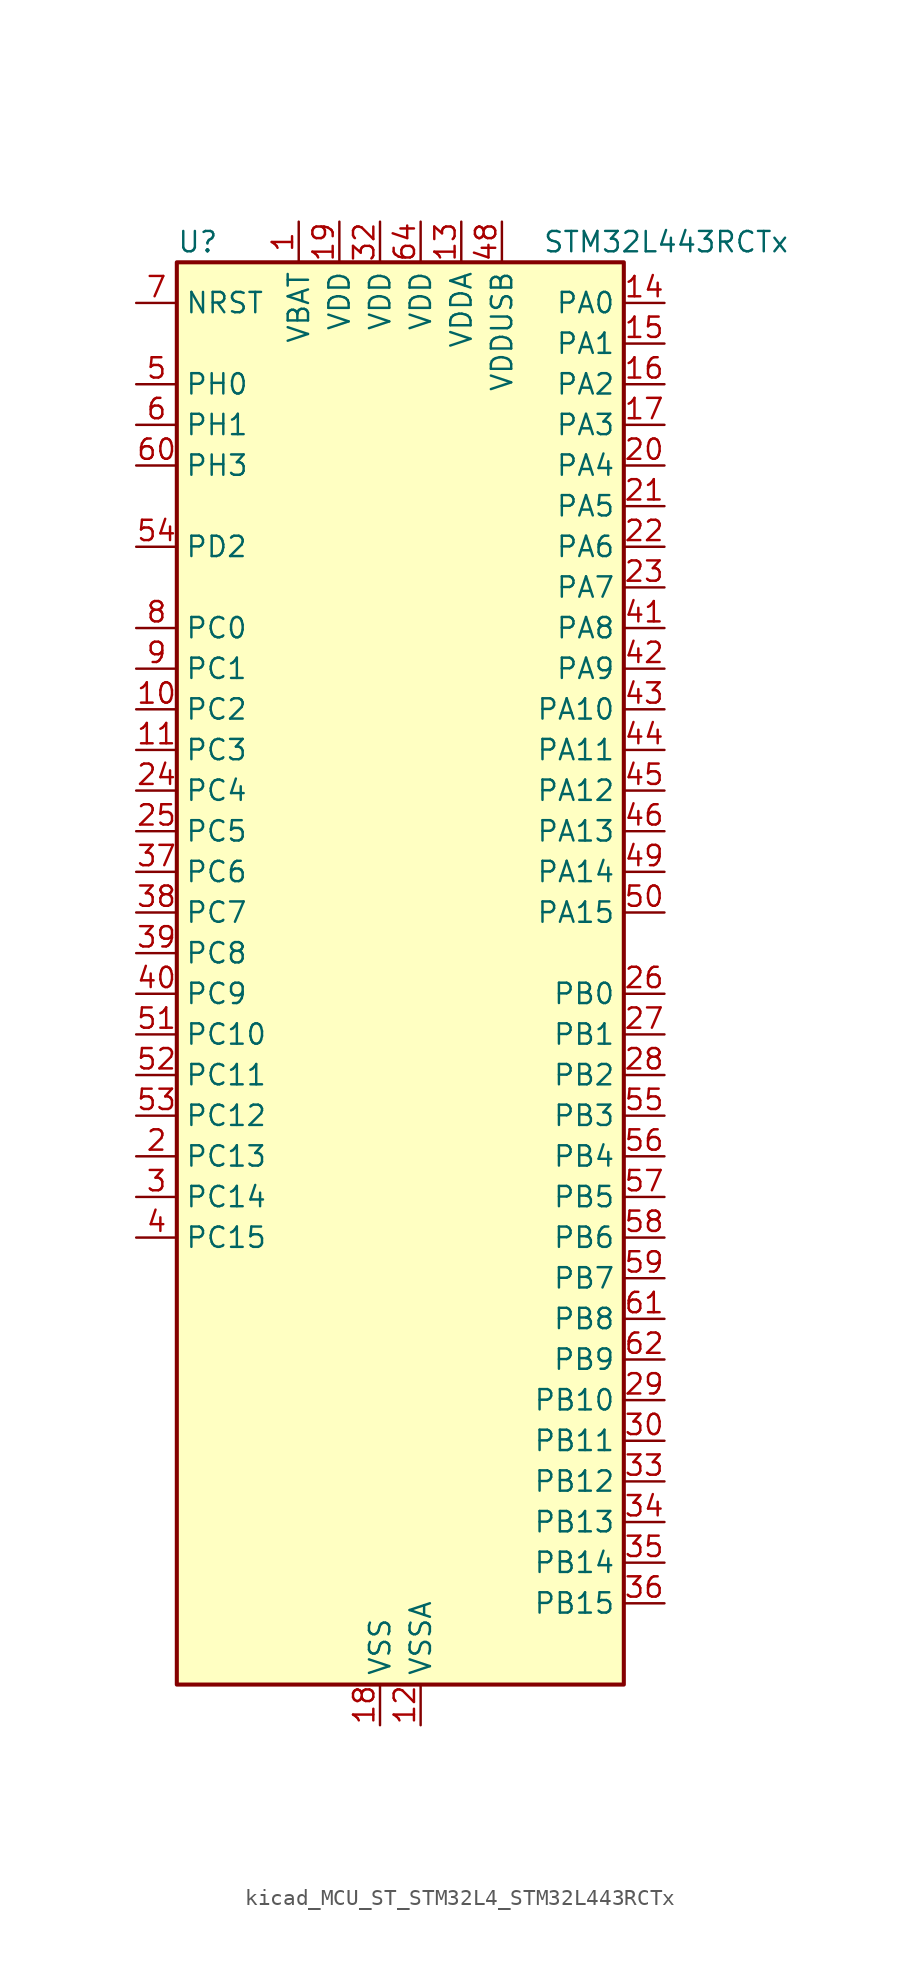
<source format=kicad_sym>
(kicad_symbol_lib
  (version 20220914)
  (generator kicad_symbol_editor)
  (symbol "kicad_MCU_ST_STM32L4_STM32L443RCTx"
    (property "Reference" "U"
      (at -12.7 46.99 0)
      (effects (font (size 1.27 1.27)) (justify left)))
    (property "Value" "STM32L443RCTx"
      (at 10.16 46.99 0)
      (effects (font (size 1.27 1.27)) (justify left)))
    (property "ki_locked" ""
      (at 0 0 0)
      (effects (font (size 1.27 1.27))))
    (symbol "kicad_MCU_ST_STM32L4_STM32L443RCTx_0_1"
      (rectangle (start -12.7 -43.18) (end 15.24 45.72) (stroke (width 0.254) (type default)) (fill (type background))))
    (symbol "kicad_MCU_ST_STM32L4_STM32L443RCTx_1_1"
      (pin power_in line (at -5.08 48.26 270) (length 2.54) (name "VBAT" (effects (font (size 1.27 1.27)))) (number "1" (effects (font (size 1.27 1.27)))))
      (pin bidirectional line (at -15.24 17.78 0) (length 2.54) (name "PC2" (effects (font (size 1.27 1.27)))) (number "10" (effects (font (size 1.27 1.27)))) (alternate "ADC1_IN3" bidirectional line) (alternate "LCD_SEG20" bidirectional line) (alternate "LPTIM1_IN2" bidirectional line) (alternate "SPI2_MISO" bidirectional line))
      (pin bidirectional line (at -15.24 15.24 0) (length 2.54) (name "PC3" (effects (font (size 1.27 1.27)))) (number "11" (effects (font (size 1.27 1.27)))) (alternate "ADC1_IN4" bidirectional line) (alternate "LCD_VLCD" bidirectional line) (alternate "LPTIM1_ETR" bidirectional line) (alternate "LPTIM2_ETR" bidirectional line) (alternate "SAI1_SD_A" bidirectional line) (alternate "SPI2_MOSI" bidirectional line))
      (pin power_in line (at 2.54 -45.72 90) (length 2.54) (name "VSSA" (effects (font (size 1.27 1.27)))) (number "12" (effects (font (size 1.27 1.27)))))
      (pin power_in line (at 5.08 48.26 270) (length 2.54) (name "VDDA" (effects (font (size 1.27 1.27)))) (number "13" (effects (font (size 1.27 1.27)))))
      (pin bidirectional line (at 17.78 43.18 180) (length 2.54) (name "PA0" (effects (font (size 1.27 1.27)))) (number "14" (effects (font (size 1.27 1.27)))) (alternate "ADC1_IN5" bidirectional line) (alternate "COMP1_INM" bidirectional line) (alternate "COMP1_OUT" bidirectional line) (alternate "OPAMP1_VINP" bidirectional line) (alternate "RTC_TAMP2" bidirectional line) (alternate "SAI1_EXTCLK" bidirectional line) (alternate "SYS_WKUP1" bidirectional line) (alternate "TIM2_CH1" bidirectional line) (alternate "TIM2_ETR" bidirectional line) (alternate "USART2_CTS" bidirectional line))
      (pin bidirectional line (at 17.78 40.64 180) (length 2.54) (name "PA1" (effects (font (size 1.27 1.27)))) (number "15" (effects (font (size 1.27 1.27)))) (alternate "ADC1_IN6" bidirectional line) (alternate "COMP1_INP" bidirectional line) (alternate "I2C1_SMBA" bidirectional line) (alternate "LCD_SEG0" bidirectional line) (alternate "OPAMP1_VINM" bidirectional line) (alternate "SPI1_SCK" bidirectional line) (alternate "TIM15_CH1N" bidirectional line) (alternate "TIM2_CH2" bidirectional line) (alternate "USART2_DE" bidirectional line) (alternate "USART2_RTS" bidirectional line))
      (pin bidirectional line (at 17.78 38.1 180) (length 2.54) (name "PA2" (effects (font (size 1.27 1.27)))) (number "16" (effects (font (size 1.27 1.27)))) (alternate "ADC1_IN7" bidirectional line) (alternate "COMP2_INM" bidirectional line) (alternate "COMP2_OUT" bidirectional line) (alternate "LCD_SEG1" bidirectional line) (alternate "LPUART1_TX" bidirectional line) (alternate "QUADSPI_BK1_NCS" bidirectional line) (alternate "RCC_LSCO" bidirectional line) (alternate "SYS_WKUP4" bidirectional line) (alternate "TIM15_CH1" bidirectional line) (alternate "TIM2_CH3" bidirectional line) (alternate "USART2_TX" bidirectional line))
      (pin bidirectional line (at 17.78 35.56 180) (length 2.54) (name "PA3" (effects (font (size 1.27 1.27)))) (number "17" (effects (font (size 1.27 1.27)))) (alternate "ADC1_IN8" bidirectional line) (alternate "COMP2_INP" bidirectional line) (alternate "LCD_SEG2" bidirectional line) (alternate "LPUART1_RX" bidirectional line) (alternate "OPAMP1_VOUT" bidirectional line) (alternate "QUADSPI_CLK" bidirectional line) (alternate "SAI1_MCLK_A" bidirectional line) (alternate "TIM15_CH2" bidirectional line) (alternate "TIM2_CH4" bidirectional line) (alternate "USART2_RX" bidirectional line))
      (pin power_in line (at 0 -45.72 90) (length 2.54) (name "VSS" (effects (font (size 1.27 1.27)))) (number "18" (effects (font (size 1.27 1.27)))))
      (pin power_in line (at -2.54 48.26 270) (length 2.54) (name "VDD" (effects (font (size 1.27 1.27)))) (number "19" (effects (font (size 1.27 1.27)))))
      (pin bidirectional line (at -15.24 -10.16 0) (length 2.54) (name "PC13" (effects (font (size 1.27 1.27)))) (number "2" (effects (font (size 1.27 1.27)))) (alternate "RTC_OUT_ALARM" bidirectional line) (alternate "RTC_OUT_CALIB" bidirectional line) (alternate "RTC_TAMP1" bidirectional line) (alternate "RTC_TS" bidirectional line) (alternate "SYS_WKUP2" bidirectional line))
      (pin bidirectional line (at 17.78 33.02 180) (length 2.54) (name "PA4" (effects (font (size 1.27 1.27)))) (number "20" (effects (font (size 1.27 1.27)))) (alternate "ADC1_IN9" bidirectional line) (alternate "COMP1_INM" bidirectional line) (alternate "COMP2_INM" bidirectional line) (alternate "DAC1_OUT1" bidirectional line) (alternate "LPTIM2_OUT" bidirectional line) (alternate "SAI1_FS_B" bidirectional line) (alternate "SPI1_NSS" bidirectional line) (alternate "SPI3_NSS" bidirectional line) (alternate "USART2_CK" bidirectional line))
      (pin bidirectional line (at 17.78 30.48 180) (length 2.54) (name "PA5" (effects (font (size 1.27 1.27)))) (number "21" (effects (font (size 1.27 1.27)))) (alternate "ADC1_IN10" bidirectional line) (alternate "COMP1_INM" bidirectional line) (alternate "COMP2_INM" bidirectional line) (alternate "DAC1_OUT2" bidirectional line) (alternate "LPTIM2_ETR" bidirectional line) (alternate "SPI1_SCK" bidirectional line) (alternate "TIM2_CH1" bidirectional line) (alternate "TIM2_ETR" bidirectional line))
      (pin bidirectional line (at 17.78 27.94 180) (length 2.54) (name "PA6" (effects (font (size 1.27 1.27)))) (number "22" (effects (font (size 1.27 1.27)))) (alternate "ADC1_IN11" bidirectional line) (alternate "COMP1_OUT" bidirectional line) (alternate "LCD_SEG3" bidirectional line) (alternate "LPUART1_CTS" bidirectional line) (alternate "QUADSPI_BK1_IO3" bidirectional line) (alternate "SPI1_MISO" bidirectional line) (alternate "TIM16_CH1" bidirectional line) (alternate "TIM1_BKIN" bidirectional line) (alternate "TIM1_BKIN_COMP2" bidirectional line) (alternate "USART3_CTS" bidirectional line))
      (pin bidirectional line (at 17.78 25.4 180) (length 2.54) (name "PA7" (effects (font (size 1.27 1.27)))) (number "23" (effects (font (size 1.27 1.27)))) (alternate "ADC1_IN12" bidirectional line) (alternate "COMP2_OUT" bidirectional line) (alternate "I2C3_SCL" bidirectional line) (alternate "LCD_SEG4" bidirectional line) (alternate "QUADSPI_BK1_IO2" bidirectional line) (alternate "SPI1_MOSI" bidirectional line) (alternate "TIM1_CH1N" bidirectional line))
      (pin bidirectional line (at -15.24 12.7 0) (length 2.54) (name "PC4" (effects (font (size 1.27 1.27)))) (number "24" (effects (font (size 1.27 1.27)))) (alternate "ADC1_IN13" bidirectional line) (alternate "COMP1_INM" bidirectional line) (alternate "LCD_SEG22" bidirectional line) (alternate "USART3_TX" bidirectional line))
      (pin bidirectional line (at -15.24 10.16 0) (length 2.54) (name "PC5" (effects (font (size 1.27 1.27)))) (number "25" (effects (font (size 1.27 1.27)))) (alternate "ADC1_IN14" bidirectional line) (alternate "COMP1_INP" bidirectional line) (alternate "LCD_SEG23" bidirectional line) (alternate "SYS_WKUP5" bidirectional line) (alternate "USART3_RX" bidirectional line))
      (pin bidirectional line (at 17.78 0 180) (length 2.54) (name "PB0" (effects (font (size 1.27 1.27)))) (number "26" (effects (font (size 1.27 1.27)))) (alternate "ADC1_IN15" bidirectional line) (alternate "COMP1_OUT" bidirectional line) (alternate "LCD_SEG5" bidirectional line) (alternate "QUADSPI_BK1_IO1" bidirectional line) (alternate "SAI1_EXTCLK" bidirectional line) (alternate "SPI1_NSS" bidirectional line) (alternate "TIM1_CH2N" bidirectional line) (alternate "USART3_CK" bidirectional line))
      (pin bidirectional line (at 17.78 -2.54 180) (length 2.54) (name "PB1" (effects (font (size 1.27 1.27)))) (number "27" (effects (font (size 1.27 1.27)))) (alternate "ADC1_IN16" bidirectional line) (alternate "COMP1_INM" bidirectional line) (alternate "LCD_SEG6" bidirectional line) (alternate "LPTIM2_IN1" bidirectional line) (alternate "LPUART1_DE" bidirectional line) (alternate "LPUART1_RTS" bidirectional line) (alternate "QUADSPI_BK1_IO0" bidirectional line) (alternate "TIM1_CH3N" bidirectional line) (alternate "USART3_DE" bidirectional line) (alternate "USART3_RTS" bidirectional line))
      (pin bidirectional line (at 17.78 -5.08 180) (length 2.54) (name "PB2" (effects (font (size 1.27 1.27)))) (number "28" (effects (font (size 1.27 1.27)))) (alternate "COMP1_INP" bidirectional line) (alternate "I2C3_SMBA" bidirectional line) (alternate "LCD_VLCD" bidirectional line) (alternate "LPTIM1_OUT" bidirectional line) (alternate "RTC_OUT_ALARM" bidirectional line) (alternate "RTC_OUT_CALIB" bidirectional line))
      (pin bidirectional line (at 17.78 -25.4 180) (length 2.54) (name "PB10" (effects (font (size 1.27 1.27)))) (number "29" (effects (font (size 1.27 1.27)))) (alternate "COMP1_OUT" bidirectional line) (alternate "I2C2_SCL" bidirectional line) (alternate "LCD_SEG10" bidirectional line) (alternate "LPUART1_RX" bidirectional line) (alternate "QUADSPI_CLK" bidirectional line) (alternate "SAI1_SCK_A" bidirectional line) (alternate "SPI2_SCK" bidirectional line) (alternate "TIM2_CH3" bidirectional line) (alternate "TSC_SYNC" bidirectional line) (alternate "USART3_TX" bidirectional line))
      (pin bidirectional line (at -15.24 -12.7 0) (length 2.54) (name "PC14" (effects (font (size 1.27 1.27)))) (number "3" (effects (font (size 1.27 1.27)))) (alternate "RCC_OSC32_IN" bidirectional line))
      (pin bidirectional line (at 17.78 -27.94 180) (length 2.54) (name "PB11" (effects (font (size 1.27 1.27)))) (number "30" (effects (font (size 1.27 1.27)))) (alternate "ADC1_EXTI11" bidirectional line) (alternate "COMP2_OUT" bidirectional line) (alternate "I2C2_SDA" bidirectional line) (alternate "LCD_SEG11" bidirectional line) (alternate "LPUART1_TX" bidirectional line) (alternate "QUADSPI_BK1_NCS" bidirectional line) (alternate "TIM2_CH4" bidirectional line) (alternate "USART3_RX" bidirectional line))
      (pin passive line (at 0 -45.72 90) (length 2.54) hide (name "VSS" (effects (font (size 1.27 1.27)))) (number "31" (effects (font (size 1.27 1.27)))))
      (pin power_in line (at 0 48.26 270) (length 2.54) (name "VDD" (effects (font (size 1.27 1.27)))) (number "32" (effects (font (size 1.27 1.27)))))
      (pin bidirectional line (at 17.78 -30.48 180) (length 2.54) (name "PB12" (effects (font (size 1.27 1.27)))) (number "33" (effects (font (size 1.27 1.27)))) (alternate "I2C2_SMBA" bidirectional line) (alternate "LCD_SEG12" bidirectional line) (alternate "LPUART1_DE" bidirectional line) (alternate "LPUART1_RTS" bidirectional line) (alternate "SAI1_FS_A" bidirectional line) (alternate "SPI2_NSS" bidirectional line) (alternate "SWPMI1_IO" bidirectional line) (alternate "TIM15_BKIN" bidirectional line) (alternate "TIM1_BKIN" bidirectional line) (alternate "TIM1_BKIN_COMP2" bidirectional line) (alternate "TSC_G1_IO1" bidirectional line) (alternate "USART3_CK" bidirectional line))
      (pin bidirectional line (at 17.78 -33.02 180) (length 2.54) (name "PB13" (effects (font (size 1.27 1.27)))) (number "34" (effects (font (size 1.27 1.27)))) (alternate "I2C2_SCL" bidirectional line) (alternate "LCD_SEG13" bidirectional line) (alternate "LPUART1_CTS" bidirectional line) (alternate "SAI1_SCK_A" bidirectional line) (alternate "SPI2_SCK" bidirectional line) (alternate "SWPMI1_TX" bidirectional line) (alternate "TIM15_CH1N" bidirectional line) (alternate "TIM1_CH1N" bidirectional line) (alternate "TSC_G1_IO2" bidirectional line) (alternate "USART3_CTS" bidirectional line))
      (pin bidirectional line (at 17.78 -35.56 180) (length 2.54) (name "PB14" (effects (font (size 1.27 1.27)))) (number "35" (effects (font (size 1.27 1.27)))) (alternate "I2C2_SDA" bidirectional line) (alternate "LCD_SEG14" bidirectional line) (alternate "SAI1_MCLK_A" bidirectional line) (alternate "SPI2_MISO" bidirectional line) (alternate "SWPMI1_RX" bidirectional line) (alternate "TIM15_CH1" bidirectional line) (alternate "TIM1_CH2N" bidirectional line) (alternate "TSC_G1_IO3" bidirectional line) (alternate "USART3_DE" bidirectional line) (alternate "USART3_RTS" bidirectional line))
      (pin bidirectional line (at 17.78 -38.1 180) (length 2.54) (name "PB15" (effects (font (size 1.27 1.27)))) (number "36" (effects (font (size 1.27 1.27)))) (alternate "ADC1_EXTI15" bidirectional line) (alternate "LCD_SEG15" bidirectional line) (alternate "RTC_REFIN" bidirectional line) (alternate "SAI1_SD_A" bidirectional line) (alternate "SPI2_MOSI" bidirectional line) (alternate "SWPMI1_SUSPEND" bidirectional line) (alternate "TIM15_CH2" bidirectional line) (alternate "TIM1_CH3N" bidirectional line) (alternate "TSC_G1_IO4" bidirectional line))
      (pin bidirectional line (at -15.24 7.62 0) (length 2.54) (name "PC6" (effects (font (size 1.27 1.27)))) (number "37" (effects (font (size 1.27 1.27)))) (alternate "LCD_SEG24" bidirectional line) (alternate "SDMMC1_D6" bidirectional line) (alternate "TSC_G4_IO1" bidirectional line))
      (pin bidirectional line (at -15.24 5.08 0) (length 2.54) (name "PC7" (effects (font (size 1.27 1.27)))) (number "38" (effects (font (size 1.27 1.27)))) (alternate "LCD_SEG25" bidirectional line) (alternate "SDMMC1_D7" bidirectional line) (alternate "TSC_G4_IO2" bidirectional line))
      (pin bidirectional line (at -15.24 2.54 0) (length 2.54) (name "PC8" (effects (font (size 1.27 1.27)))) (number "39" (effects (font (size 1.27 1.27)))) (alternate "LCD_SEG26" bidirectional line) (alternate "SDMMC1_D0" bidirectional line) (alternate "TSC_G4_IO3" bidirectional line))
      (pin bidirectional line (at -15.24 -15.24 0) (length 2.54) (name "PC15" (effects (font (size 1.27 1.27)))) (number "4" (effects (font (size 1.27 1.27)))) (alternate "ADC1_EXTI15" bidirectional line) (alternate "RCC_OSC32_OUT" bidirectional line))
      (pin bidirectional line (at -15.24 0 0) (length 2.54) (name "PC9" (effects (font (size 1.27 1.27)))) (number "40" (effects (font (size 1.27 1.27)))) (alternate "DAC1_EXTI9" bidirectional line) (alternate "LCD_SEG27" bidirectional line) (alternate "SDMMC1_D1" bidirectional line) (alternate "TSC_G4_IO4" bidirectional line) (alternate "USB_NOE" bidirectional line))
      (pin bidirectional line (at 17.78 22.86 180) (length 2.54) (name "PA8" (effects (font (size 1.27 1.27)))) (number "41" (effects (font (size 1.27 1.27)))) (alternate "LCD_COM0" bidirectional line) (alternate "LPTIM2_OUT" bidirectional line) (alternate "RCC_MCO" bidirectional line) (alternate "SAI1_SCK_A" bidirectional line) (alternate "SWPMI1_IO" bidirectional line) (alternate "TIM1_CH1" bidirectional line) (alternate "USART1_CK" bidirectional line))
      (pin bidirectional line (at 17.78 20.32 180) (length 2.54) (name "PA9" (effects (font (size 1.27 1.27)))) (number "42" (effects (font (size 1.27 1.27)))) (alternate "DAC1_EXTI9" bidirectional line) (alternate "I2C1_SCL" bidirectional line) (alternate "LCD_COM1" bidirectional line) (alternate "SAI1_FS_A" bidirectional line) (alternate "TIM15_BKIN" bidirectional line) (alternate "TIM1_CH2" bidirectional line) (alternate "USART1_TX" bidirectional line))
      (pin bidirectional line (at 17.78 17.78 180) (length 2.54) (name "PA10" (effects (font (size 1.27 1.27)))) (number "43" (effects (font (size 1.27 1.27)))) (alternate "CRS_SYNC" bidirectional line) (alternate "I2C1_SDA" bidirectional line) (alternate "LCD_COM2" bidirectional line) (alternate "SAI1_SD_A" bidirectional line) (alternate "TIM1_CH3" bidirectional line) (alternate "USART1_RX" bidirectional line))
      (pin bidirectional line (at 17.78 15.24 180) (length 2.54) (name "PA11" (effects (font (size 1.27 1.27)))) (number "44" (effects (font (size 1.27 1.27)))) (alternate "ADC1_EXTI11" bidirectional line) (alternate "CAN1_RX" bidirectional line) (alternate "COMP1_OUT" bidirectional line) (alternate "SPI1_MISO" bidirectional line) (alternate "TIM1_BKIN2" bidirectional line) (alternate "TIM1_BKIN2_COMP1" bidirectional line) (alternate "TIM1_CH4" bidirectional line) (alternate "USART1_CTS" bidirectional line) (alternate "USB_DM" bidirectional line))
      (pin bidirectional line (at 17.78 12.7 180) (length 2.54) (name "PA12" (effects (font (size 1.27 1.27)))) (number "45" (effects (font (size 1.27 1.27)))) (alternate "CAN1_TX" bidirectional line) (alternate "SPI1_MOSI" bidirectional line) (alternate "TIM1_ETR" bidirectional line) (alternate "USART1_DE" bidirectional line) (alternate "USART1_RTS" bidirectional line) (alternate "USB_DP" bidirectional line))
      (pin bidirectional line (at 17.78 10.16 180) (length 2.54) (name "PA13" (effects (font (size 1.27 1.27)))) (number "46" (effects (font (size 1.27 1.27)))) (alternate "IR_OUT" bidirectional line) (alternate "SAI1_SD_B" bidirectional line) (alternate "SWPMI1_TX" bidirectional line) (alternate "SYS_JTMS-SWDIO" bidirectional line) (alternate "USB_NOE" bidirectional line))
      (pin passive line (at 0 -45.72 90) (length 2.54) hide (name "VSS" (effects (font (size 1.27 1.27)))) (number "47" (effects (font (size 1.27 1.27)))))
      (pin power_in line (at 7.62 48.26 270) (length 2.54) (name "VDDUSB" (effects (font (size 1.27 1.27)))) (number "48" (effects (font (size 1.27 1.27)))))
      (pin bidirectional line (at 17.78 7.62 180) (length 2.54) (name "PA14" (effects (font (size 1.27 1.27)))) (number "49" (effects (font (size 1.27 1.27)))) (alternate "I2C1_SMBA" bidirectional line) (alternate "LPTIM1_OUT" bidirectional line) (alternate "SAI1_FS_B" bidirectional line) (alternate "SWPMI1_RX" bidirectional line) (alternate "SYS_JTCK-SWCLK" bidirectional line))
      (pin bidirectional line (at -15.24 38.1 0) (length 2.54) (name "PH0" (effects (font (size 1.27 1.27)))) (number "5" (effects (font (size 1.27 1.27)))) (alternate "RCC_OSC_IN" bidirectional line))
      (pin bidirectional line (at 17.78 5.08 180) (length 2.54) (name "PA15" (effects (font (size 1.27 1.27)))) (number "50" (effects (font (size 1.27 1.27)))) (alternate "ADC1_EXTI15" bidirectional line) (alternate "LCD_SEG17" bidirectional line) (alternate "SPI1_NSS" bidirectional line) (alternate "SPI3_NSS" bidirectional line) (alternate "SWPMI1_SUSPEND" bidirectional line) (alternate "SYS_JTDI" bidirectional line) (alternate "TIM2_CH1" bidirectional line) (alternate "TIM2_ETR" bidirectional line) (alternate "TSC_G3_IO1" bidirectional line) (alternate "USART2_RX" bidirectional line) (alternate "USART3_DE" bidirectional line) (alternate "USART3_RTS" bidirectional line))
      (pin bidirectional line (at -15.24 -2.54 0) (length 2.54) (name "PC10" (effects (font (size 1.27 1.27)))) (number "51" (effects (font (size 1.27 1.27)))) (alternate "LCD_COM4" bidirectional line) (alternate "LCD_SEG28" bidirectional line) (alternate "LCD_SEG40" bidirectional line) (alternate "SDMMC1_D2" bidirectional line) (alternate "SPI3_SCK" bidirectional line) (alternate "TSC_G3_IO2" bidirectional line) (alternate "USART3_TX" bidirectional line))
      (pin bidirectional line (at -15.24 -5.08 0) (length 2.54) (name "PC11" (effects (font (size 1.27 1.27)))) (number "52" (effects (font (size 1.27 1.27)))) (alternate "ADC1_EXTI11" bidirectional line) (alternate "LCD_COM5" bidirectional line) (alternate "LCD_SEG29" bidirectional line) (alternate "LCD_SEG41" bidirectional line) (alternate "SDMMC1_D3" bidirectional line) (alternate "SPI3_MISO" bidirectional line) (alternate "TSC_G3_IO3" bidirectional line) (alternate "USART3_RX" bidirectional line))
      (pin bidirectional line (at -15.24 -7.62 0) (length 2.54) (name "PC12" (effects (font (size 1.27 1.27)))) (number "53" (effects (font (size 1.27 1.27)))) (alternate "LCD_COM6" bidirectional line) (alternate "LCD_SEG30" bidirectional line) (alternate "LCD_SEG42" bidirectional line) (alternate "SDMMC1_CK" bidirectional line) (alternate "SPI3_MOSI" bidirectional line) (alternate "TSC_G3_IO4" bidirectional line) (alternate "USART3_CK" bidirectional line))
      (pin bidirectional line (at -15.24 27.94 0) (length 2.54) (name "PD2" (effects (font (size 1.27 1.27)))) (number "54" (effects (font (size 1.27 1.27)))) (alternate "LCD_COM7" bidirectional line) (alternate "LCD_SEG31" bidirectional line) (alternate "LCD_SEG43" bidirectional line) (alternate "SDMMC1_CMD" bidirectional line) (alternate "TSC_SYNC" bidirectional line) (alternate "USART3_DE" bidirectional line) (alternate "USART3_RTS" bidirectional line))
      (pin bidirectional line (at 17.78 -7.62 180) (length 2.54) (name "PB3" (effects (font (size 1.27 1.27)))) (number "55" (effects (font (size 1.27 1.27)))) (alternate "COMP2_INM" bidirectional line) (alternate "LCD_SEG7" bidirectional line) (alternate "SAI1_SCK_B" bidirectional line) (alternate "SPI1_SCK" bidirectional line) (alternate "SPI3_SCK" bidirectional line) (alternate "SYS_JTDO-SWO" bidirectional line) (alternate "TIM2_CH2" bidirectional line) (alternate "USART1_DE" bidirectional line) (alternate "USART1_RTS" bidirectional line))
      (pin bidirectional line (at 17.78 -10.16 180) (length 2.54) (name "PB4" (effects (font (size 1.27 1.27)))) (number "56" (effects (font (size 1.27 1.27)))) (alternate "COMP2_INP" bidirectional line) (alternate "I2C3_SDA" bidirectional line) (alternate "LCD_SEG8" bidirectional line) (alternate "SAI1_MCLK_B" bidirectional line) (alternate "SPI1_MISO" bidirectional line) (alternate "SPI3_MISO" bidirectional line) (alternate "SYS_JTRST" bidirectional line) (alternate "TSC_G2_IO1" bidirectional line) (alternate "USART1_CTS" bidirectional line))
      (pin bidirectional line (at 17.78 -12.7 180) (length 2.54) (name "PB5" (effects (font (size 1.27 1.27)))) (number "57" (effects (font (size 1.27 1.27)))) (alternate "COMP2_OUT" bidirectional line) (alternate "I2C1_SMBA" bidirectional line) (alternate "LCD_SEG9" bidirectional line) (alternate "LPTIM1_IN1" bidirectional line) (alternate "SAI1_SD_B" bidirectional line) (alternate "SPI1_MOSI" bidirectional line) (alternate "SPI3_MOSI" bidirectional line) (alternate "TIM16_BKIN" bidirectional line) (alternate "TSC_G2_IO2" bidirectional line) (alternate "USART1_CK" bidirectional line))
      (pin bidirectional line (at 17.78 -15.24 180) (length 2.54) (name "PB6" (effects (font (size 1.27 1.27)))) (number "58" (effects (font (size 1.27 1.27)))) (alternate "COMP2_INP" bidirectional line) (alternate "I2C1_SCL" bidirectional line) (alternate "LPTIM1_ETR" bidirectional line) (alternate "SAI1_FS_B" bidirectional line) (alternate "TIM16_CH1N" bidirectional line) (alternate "TSC_G2_IO3" bidirectional line) (alternate "USART1_TX" bidirectional line))
      (pin bidirectional line (at 17.78 -17.78 180) (length 2.54) (name "PB7" (effects (font (size 1.27 1.27)))) (number "59" (effects (font (size 1.27 1.27)))) (alternate "COMP2_INM" bidirectional line) (alternate "I2C1_SDA" bidirectional line) (alternate "LCD_SEG21" bidirectional line) (alternate "LPTIM1_IN2" bidirectional line) (alternate "SYS_PVD_IN" bidirectional line) (alternate "TSC_G2_IO4" bidirectional line) (alternate "USART1_RX" bidirectional line))
      (pin bidirectional line (at -15.24 35.56 0) (length 2.54) (name "PH1" (effects (font (size 1.27 1.27)))) (number "6" (effects (font (size 1.27 1.27)))) (alternate "RCC_OSC_OUT" bidirectional line))
      (pin bidirectional line (at -15.24 33.02 0) (length 2.54) (name "PH3" (effects (font (size 1.27 1.27)))) (number "60" (effects (font (size 1.27 1.27)))))
      (pin bidirectional line (at 17.78 -20.32 180) (length 2.54) (name "PB8" (effects (font (size 1.27 1.27)))) (number "61" (effects (font (size 1.27 1.27)))) (alternate "CAN1_RX" bidirectional line) (alternate "I2C1_SCL" bidirectional line) (alternate "LCD_SEG16" bidirectional line) (alternate "SAI1_MCLK_A" bidirectional line) (alternate "SDMMC1_D4" bidirectional line) (alternate "TIM16_CH1" bidirectional line))
      (pin bidirectional line (at 17.78 -22.86 180) (length 2.54) (name "PB9" (effects (font (size 1.27 1.27)))) (number "62" (effects (font (size 1.27 1.27)))) (alternate "CAN1_TX" bidirectional line) (alternate "DAC1_EXTI9" bidirectional line) (alternate "I2C1_SDA" bidirectional line) (alternate "IR_OUT" bidirectional line) (alternate "LCD_COM3" bidirectional line) (alternate "SAI1_FS_A" bidirectional line) (alternate "SDMMC1_D5" bidirectional line) (alternate "SPI2_NSS" bidirectional line))
      (pin passive line (at 0 -45.72 90) (length 2.54) hide (name "VSS" (effects (font (size 1.27 1.27)))) (number "63" (effects (font (size 1.27 1.27)))))
      (pin power_in line (at 2.54 48.26 270) (length 2.54) (name "VDD" (effects (font (size 1.27 1.27)))) (number "64" (effects (font (size 1.27 1.27)))))
      (pin input line (at -15.24 43.18 0) (length 2.54) (name "NRST" (effects (font (size 1.27 1.27)))) (number "7" (effects (font (size 1.27 1.27)))))
      (pin bidirectional line (at -15.24 22.86 0) (length 2.54) (name "PC0" (effects (font (size 1.27 1.27)))) (number "8" (effects (font (size 1.27 1.27)))) (alternate "ADC1_IN1" bidirectional line) (alternate "I2C3_SCL" bidirectional line) (alternate "LCD_SEG18" bidirectional line) (alternate "LPTIM1_IN1" bidirectional line) (alternate "LPTIM2_IN1" bidirectional line) (alternate "LPUART1_RX" bidirectional line))
      (pin bidirectional line (at -15.24 20.32 0) (length 2.54) (name "PC1" (effects (font (size 1.27 1.27)))) (number "9" (effects (font (size 1.27 1.27)))) (alternate "ADC1_IN2" bidirectional line) (alternate "I2C3_SDA" bidirectional line) (alternate "LCD_SEG19" bidirectional line) (alternate "LPTIM1_OUT" bidirectional line) (alternate "LPUART1_TX" bidirectional line)))))
</source>
